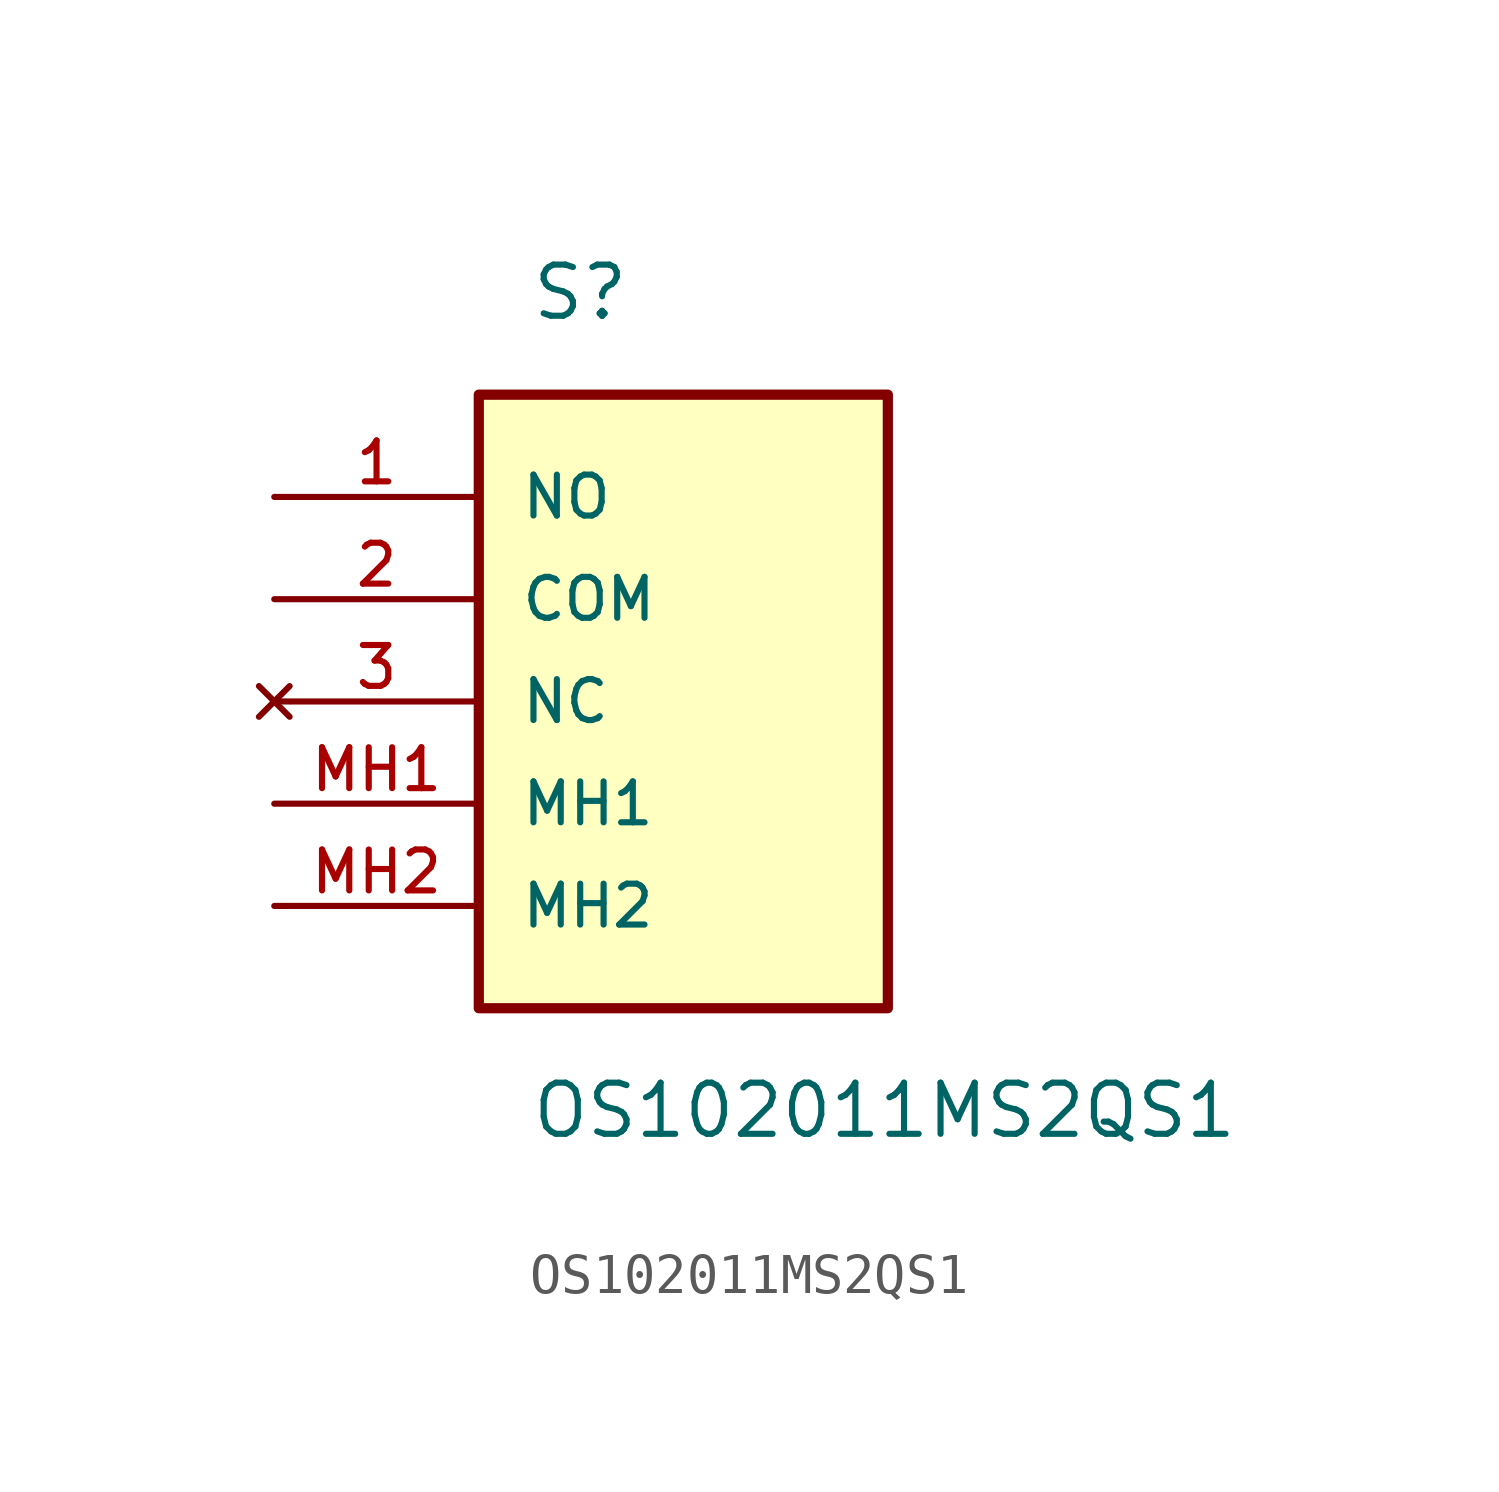
<source format=kicad_sym>
(kicad_symbol_lib
  (version 20211014)
  (generator kicad_symbol_editor)
  (symbol "OS102011MS2QS1"
    (pin_names
      (offset 1.016))
    (property "Reference" "S"
      (at 6.35 5.08 0)
      (effects (font (size 1.27 1.27)) (justify left)))
    (property "Value" "OS102011MS2QS1"
      (at 6.35 -15.24 0)
      (effects (font (size 1.27 1.27)) (justify left)))
    (symbol "OS102011MS2QS1_0_0"
      (rectangle (start 5.08 -12.7) (end 15.24 2.54) (stroke (width 0.254)) (fill (type background)))
      (pin bidirectional line (at 0.0 0.0 0) (length 5.08) (name "NO" (effects (font (size 1.016 1.016)))) (number "1" (effects (font (size 1.016 1.016)))))
      (pin bidirectional line (at 0.0 -2.54 0) (length 5.08) (name "COM" (effects (font (size 1.016 1.016)))) (number "2" (effects (font (size 1.016 1.016)))))
      (pin no_connect line (at 0.0 -5.08 0) (length 5.08) (name "NC" (effects (font (size 1.016 1.016)))) (number "3" (effects (font (size 1.016 1.016)))))
      (pin bidirectional line (at 0.0 -7.62 0) (length 5.08) (name "MH1" (effects (font (size 1.016 1.016)))) (number "MH1" (effects (font (size 1.016 1.016)))))
      (pin bidirectional line (at 0.0 -10.16 0) (length 5.08) (name "MH2" (effects (font (size 1.016 1.016)))) (number "MH2" (effects (font (size 1.016 1.016))))))))
</source>
